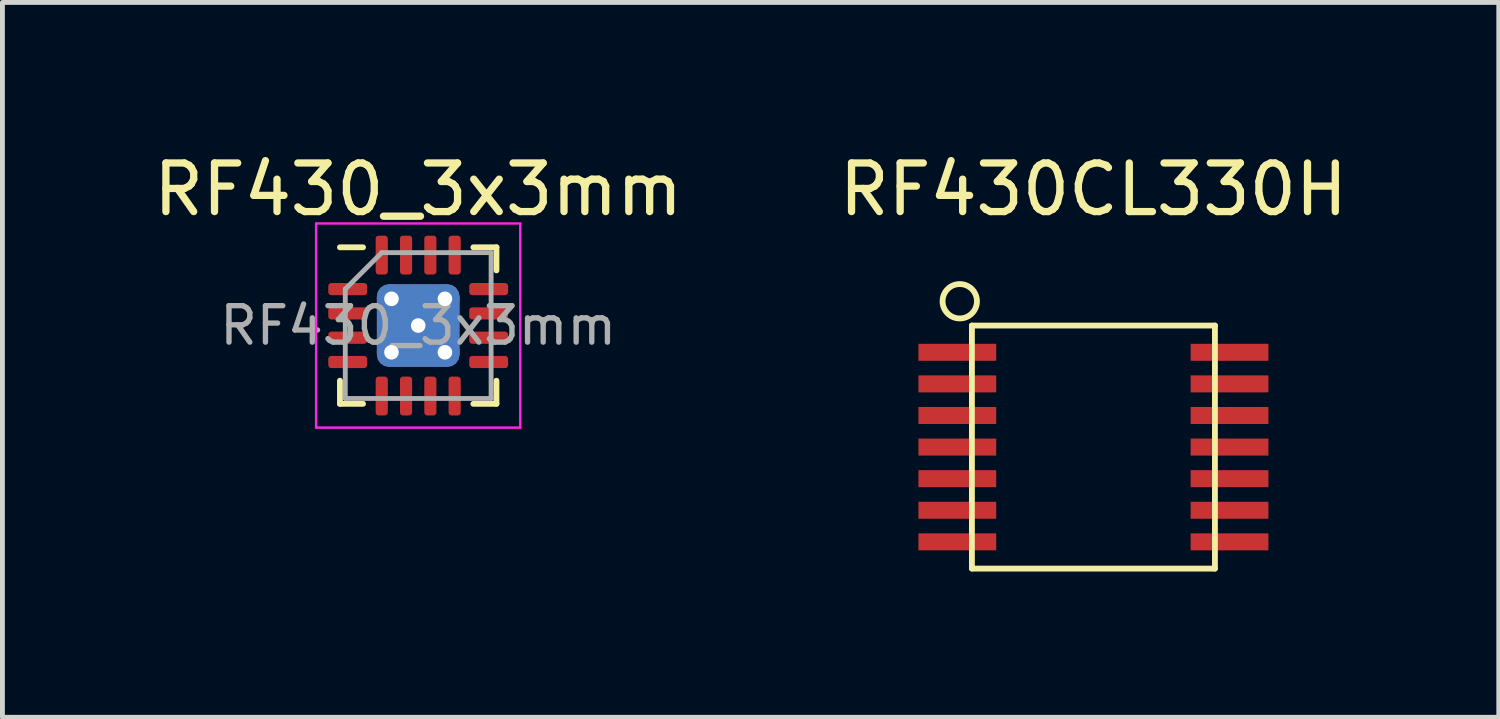
<source format=kicad_pcb>
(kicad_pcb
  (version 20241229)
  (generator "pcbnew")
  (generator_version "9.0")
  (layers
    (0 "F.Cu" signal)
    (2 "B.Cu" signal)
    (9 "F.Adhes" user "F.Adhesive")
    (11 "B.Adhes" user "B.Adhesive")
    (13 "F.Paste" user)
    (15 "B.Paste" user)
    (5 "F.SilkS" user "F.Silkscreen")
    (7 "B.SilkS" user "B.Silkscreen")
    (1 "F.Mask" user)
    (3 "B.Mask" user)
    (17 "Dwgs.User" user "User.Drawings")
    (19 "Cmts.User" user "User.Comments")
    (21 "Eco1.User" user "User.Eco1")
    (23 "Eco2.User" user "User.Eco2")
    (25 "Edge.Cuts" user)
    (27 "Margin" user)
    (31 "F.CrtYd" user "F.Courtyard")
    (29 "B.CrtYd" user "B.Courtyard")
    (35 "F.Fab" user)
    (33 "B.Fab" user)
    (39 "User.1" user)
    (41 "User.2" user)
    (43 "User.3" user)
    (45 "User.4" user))
  (footprint "RF430CL330H"
    (layer "F.Cu")
    (at 19.446 6.148)
    (property "Reference" "RF430CL330H" (at 0 -5.3 0) (layer "F.SilkS") (effects (font (size 1 1) (thickness 0.15))))
    (attr through_hole)
    (fp_line (start -2.5 -2.5) (end -2.5 2.5) (stroke (width 0.12) (type solid)) (layer "F.SilkS"))
    (fp_line (start -2.5 2.5) (end 2.5 2.5) (stroke (width 0.12) (type solid)) (layer "F.SilkS"))
    (fp_line (start 2.5 -2.5) (end -2.5 -2.5) (stroke (width 0.12) (type solid)) (layer "F.SilkS"))
    (fp_line (start 2.5 2.5) (end 2.5 -2.5) (stroke (width 0.12) (type solid)) (layer "F.SilkS"))
    (fp_circle (center -2.75 -3) (end -3 -2.75) (stroke (width 0.12) (type solid)) (fill no) (layer "F.SilkS"))
    (pad "1" smd rect (at -2.8 -1.95 90) (size 0.35 1.6) (layers "F.Cu" "F.Mask" "F.Paste"))
    (pad "2" smd rect (at -2.8 -1.3 90) (size 0.35 1.6) (layers "F.Cu" "F.Mask" "F.Paste"))
    (pad "3" smd rect (at -2.8 -0.65 90) (size 0.35 1.6) (layers "F.Cu" "F.Mask" "F.Paste"))
    (pad "4" smd rect (at -2.8 0 90) (size 0.35 1.6) (layers "F.Cu" "F.Mask" "F.Paste"))
    (pad "5" smd rect (at -2.8 0.65 90) (size 0.35 1.6) (layers "F.Cu" "F.Mask" "F.Paste"))
    (pad "6" smd rect (at -2.8 1.3 90) (size 0.35 1.6) (layers "F.Cu" "F.Mask" "F.Paste"))
    (pad "7" smd rect (at -2.8 1.95 90) (size 0.35 1.6) (layers "F.Cu" "F.Mask" "F.Paste"))
    (pad "8" smd rect (at 2.8 1.95 90) (size 0.35 1.6) (layers "F.Cu" "F.Mask" "F.Paste"))
    (pad "9" smd rect (at 2.8 1.3 90) (size 0.35 1.6) (layers "F.Cu" "F.Mask" "F.Paste"))
    (pad "10" smd rect (at 2.8 0.65 90) (size 0.35 1.6) (layers "F.Cu" "F.Mask" "F.Paste"))
    (pad "11" smd rect (at 2.8 0 90) (size 0.35 1.6) (layers "F.Cu" "F.Mask" "F.Paste"))
    (pad "12" smd rect (at 2.8 -0.65 90) (size 0.35 1.6) (layers "F.Cu" "F.Mask" "F.Paste"))
    (pad "13" smd rect (at 2.8 -1.3 90) (size 0.35 1.6) (layers "F.Cu" "F.Mask" "F.Paste"))
    (pad "14" smd rect (at 2.8 -1.95 90) (size 0.35 1.6) (layers "F.Cu" "F.Mask" "F.Paste")))
  (footprint "RF430_3x3mm"
    (layer "F.Cu")
    (at 5.554 3.648)
    (property "Reference" "RF430_3x3mm" (at 0 -2.8 0) (layer "F.SilkS") (effects (font (size 1 1) (thickness 0.15))))
    (attr smd)
    (fp_line (start -1.61 1.61) (end -1.61 1.135) (stroke (width 0.12) (type solid)) (layer "F.SilkS"))
    (fp_line (start -1.135 -1.61) (end -1.61 -1.61) (stroke (width 0.12) (type solid)) (layer "F.SilkS"))
    (fp_line (start -1.135 1.61) (end -1.61 1.61) (stroke (width 0.12) (type solid)) (layer "F.SilkS"))
    (fp_line (start 1.135 -1.61) (end 1.61 -1.61) (stroke (width 0.12) (type solid)) (layer "F.SilkS"))
    (fp_line (start 1.135 1.61) (end 1.61 1.61) (stroke (width 0.12) (type solid)) (layer "F.SilkS"))
    (fp_line (start 1.61 -1.61) (end 1.61 -1.135) (stroke (width 0.12) (type solid)) (layer "F.SilkS"))
    (fp_line (start 1.61 1.61) (end 1.61 1.135) (stroke (width 0.12) (type solid)) (layer "F.SilkS"))
    (fp_line (start -2.1 -2.1) (end -2.1 2.1) (stroke (width 0.05) (type solid)) (layer "F.CrtYd"))
    (fp_line (start -2.1 2.1) (end 2.1 2.1) (stroke (width 0.05) (type solid)) (layer "F.CrtYd"))
    (fp_line (start 2.1 -2.1) (end -2.1 -2.1) (stroke (width 0.05) (type solid)) (layer "F.CrtYd"))
    (fp_line (start 2.1 2.1) (end 2.1 -2.1) (stroke (width 0.05) (type solid)) (layer "F.CrtYd"))
    (fp_line (start -1.5 -0.75) (end -0.75 -1.5) (stroke (width 0.1) (type solid)) (layer "F.Fab"))
    (fp_line (start -1.5 1.5) (end -1.5 -0.75) (stroke (width 0.1) (type solid)) (layer "F.Fab"))
    (fp_line (start -0.75 -1.5) (end 1.5 -1.5) (stroke (width 0.1) (type solid)) (layer "F.Fab"))
    (fp_line (start 1.5 -1.5) (end 1.5 1.5) (stroke (width 0.1) (type solid)) (layer "F.Fab"))
    (fp_line (start 1.5 1.5) (end -1.5 1.5) (stroke (width 0.1) (type solid)) (layer "F.Fab"))
    (fp_text user "${REFERENCE}" (at 0 0 0) (layer "F.Fab") (effects (font (size 0.75 0.75) (thickness 0.11))))
    (pad "" smd roundrect (at -0.425 -0.425) (size 0.74 0.74) (layers "F.Paste") (roundrect_rratio 0.25))
    (pad "" smd roundrect (at -0.425 0.425) (size 0.74 0.74) (layers "F.Paste") (roundrect_rratio 0.25))
    (pad "" smd roundrect (at 0.425 -0.425) (size 0.74 0.74) (layers "F.Paste") (roundrect_rratio 0.25))
    (pad "" smd roundrect (at 0.425 0.425) (size 0.74 0.74) (layers "F.Paste") (roundrect_rratio 0.25))
    (pad "1" smd roundrect (at -1.45 -0.75) (size 0.8 0.25) (layers "F.Cu" "F.Mask" "F.Paste") (roundrect_rratio 0.25))
    (pad "2" smd roundrect (at -1.45 -0.25) (size 0.8 0.25) (layers "F.Cu" "F.Mask" "F.Paste") (roundrect_rratio 0.25))
    (pad "3" smd roundrect (at -1.45 0.25) (size 0.8 0.25) (layers "F.Cu" "F.Mask" "F.Paste") (roundrect_rratio 0.25))
    (pad "4" smd roundrect (at -1.45 0.75) (size 0.8 0.25) (layers "F.Cu" "F.Mask" "F.Paste") (roundrect_rratio 0.25))
    (pad "5" smd roundrect (at -0.75 1.45) (size 0.25 0.8) (layers "F.Cu" "F.Mask" "F.Paste") (roundrect_rratio 0.25))
    (pad "6" smd roundrect (at -0.25 1.45) (size 0.25 0.8) (layers "F.Cu" "F.Mask" "F.Paste") (roundrect_rratio 0.25))
    (pad "7" smd roundrect (at 0.25 1.45) (size 0.25 0.8) (layers "F.Cu" "F.Mask" "F.Paste") (roundrect_rratio 0.25))
    (pad "8" smd roundrect (at 0.75 1.45) (size 0.25 0.8) (layers "F.Cu" "F.Mask" "F.Paste") (roundrect_rratio 0.25))
    (pad "9" smd roundrect (at 1.45 0.75) (size 0.8 0.25) (layers "F.Cu" "F.Mask" "F.Paste") (roundrect_rratio 0.25))
    (pad "10" smd roundrect (at 1.45 0.25) (size 0.8 0.25) (layers "F.Cu" "F.Mask" "F.Paste") (roundrect_rratio 0.25))
    (pad "11" smd roundrect (at 1.45 -0.25) (size 0.8 0.25) (layers "F.Cu" "F.Mask" "F.Paste") (roundrect_rratio 0.25))
    (pad "12" smd roundrect (at 1.45 -0.75) (size 0.8 0.25) (layers "F.Cu" "F.Mask" "F.Paste") (roundrect_rratio 0.25))
    (pad "13" smd roundrect (at 0.75 -1.45) (size 0.25 0.8) (layers "F.Cu" "F.Mask" "F.Paste") (roundrect_rratio 0.25))
    (pad "14" smd roundrect (at 0.25 -1.45) (size 0.25 0.8) (layers "F.Cu" "F.Mask" "F.Paste") (roundrect_rratio 0.25))
    (pad "15" smd roundrect (at -0.25 -1.45) (size 0.25 0.8) (layers "F.Cu" "F.Mask" "F.Paste") (roundrect_rratio 0.25))
    (pad "16" smd roundrect (at -0.75 -1.45) (size 0.25 0.8) (layers "F.Cu" "F.Mask" "F.Paste") (roundrect_rratio 0.25))
    (pad "17" thru_hole circle (at -0.55 -0.55) (size 0.6 0.6) (drill 0.3) (layers "*.Cu"))
    (pad "17" thru_hole circle (at -0.55 0.55) (size 0.6 0.6) (drill 0.3) (layers "*.Cu"))
    (pad "17" thru_hole circle (at 0 0) (size 0.6 0.6) (drill 0.3) (layers "*.Cu"))
    (pad "17" smd roundrect (at 0 0) (size 1.7 1.7) (layers "F.Cu" "F.Mask") (roundrect_rratio 0.147))
    (pad "17" smd roundrect (at 0 0) (size 1.7 1.7) (layers "B.Cu") (roundrect_rratio 0.147))
    (pad "17" thru_hole circle (at 0.55 -0.55) (size 0.6 0.6) (drill 0.3) (layers "*.Cu"))
    (pad "17" thru_hole circle (at 0.55 0.55) (size 0.6 0.6) (drill 0.3) (layers "*.Cu")))
  (gr_rect
    (start -3 -3)
    (end 27.786 11.708)
    (stroke (width 0.1) (type default))
    (fill no)
    (layer "Edge.Cuts")))
</source>
